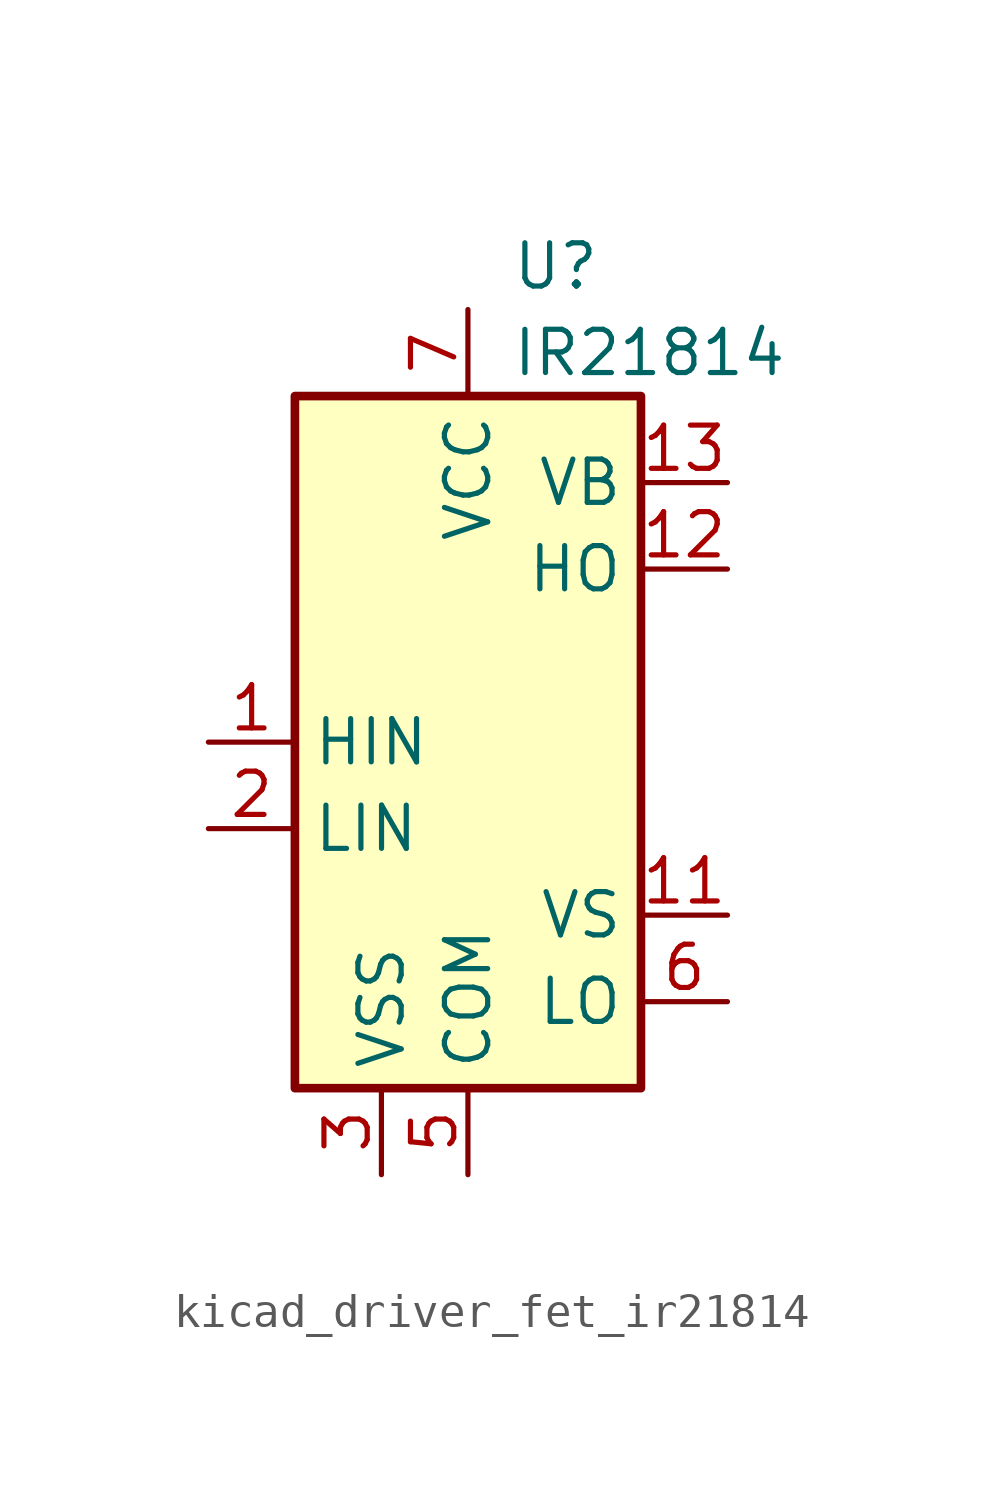
<source format=kicad_sym>
(kicad_symbol_lib
  (version 20220914)
  (generator kicad_symbol_editor)
  (symbol "kicad_driver_fet_ir21814"
    (property "Reference" "U"
      (at 1.27 13.97 0)
      (effects (font (size 1.27 1.27)) (justify left)))
    (property "Value" "IR21814"
      (at 1.27 11.43 0)
      (effects (font (size 1.27 1.27)) (justify left)))
    (symbol "kicad_driver_fet_ir21814_0_1"
      (rectangle (start -5.08 -10.16) (end 5.08 10.16) (stroke (width 0.254) (type default)) (fill (type background))))
    (symbol "kicad_driver_fet_ir21814_1_1"
      (pin input line (at -7.62 0 0) (length 2.54) (name "HIN" (effects (font (size 1.27 1.27)))) (number "1" (effects (font (size 1.27 1.27)))))
      (pin no_connect line (at 5.08 2.54 180) (length 2.54) hide (name "NC" (effects (font (size 1.27 1.27)))) (number "10" (effects (font (size 1.27 1.27)))))
      (pin passive line (at 7.62 -5.08 180) (length 2.54) (name "VS" (effects (font (size 1.27 1.27)))) (number "11" (effects (font (size 1.27 1.27)))))
      (pin output line (at 7.62 5.08 180) (length 2.54) (name "HO" (effects (font (size 1.27 1.27)))) (number "12" (effects (font (size 1.27 1.27)))))
      (pin passive line (at 7.62 7.62 180) (length 2.54) (name "VB" (effects (font (size 1.27 1.27)))) (number "13" (effects (font (size 1.27 1.27)))))
      (pin no_connect line (at 5.08 0 180) (length 2.54) hide (name "NC" (effects (font (size 1.27 1.27)))) (number "14" (effects (font (size 1.27 1.27)))))
      (pin input line (at -7.62 -2.54 0) (length 2.54) (name "LIN" (effects (font (size 1.27 1.27)))) (number "2" (effects (font (size 1.27 1.27)))))
      (pin power_in line (at -2.54 -12.7 90) (length 2.54) (name "VSS" (effects (font (size 1.27 1.27)))) (number "3" (effects (font (size 1.27 1.27)))))
      (pin no_connect line (at -5.08 7.62 0) (length 2.54) hide (name "NC" (effects (font (size 1.27 1.27)))) (number "4" (effects (font (size 1.27 1.27)))))
      (pin power_in line (at 0 -12.7 90) (length 2.54) (name "COM" (effects (font (size 1.27 1.27)))) (number "5" (effects (font (size 1.27 1.27)))))
      (pin output line (at 7.62 -7.62 180) (length 2.54) (name "LO" (effects (font (size 1.27 1.27)))) (number "6" (effects (font (size 1.27 1.27)))))
      (pin power_in line (at 0 12.7 270) (length 2.54) (name "VCC" (effects (font (size 1.27 1.27)))) (number "7" (effects (font (size 1.27 1.27)))))
      (pin no_connect line (at -5.08 5.08 0) (length 2.54) hide (name "NC" (effects (font (size 1.27 1.27)))) (number "8" (effects (font (size 1.27 1.27)))))
      (pin no_connect line (at -5.08 2.54 0) (length 2.54) hide (name "NC" (effects (font (size 1.27 1.27)))) (number "9" (effects (font (size 1.27 1.27))))))))
</source>
